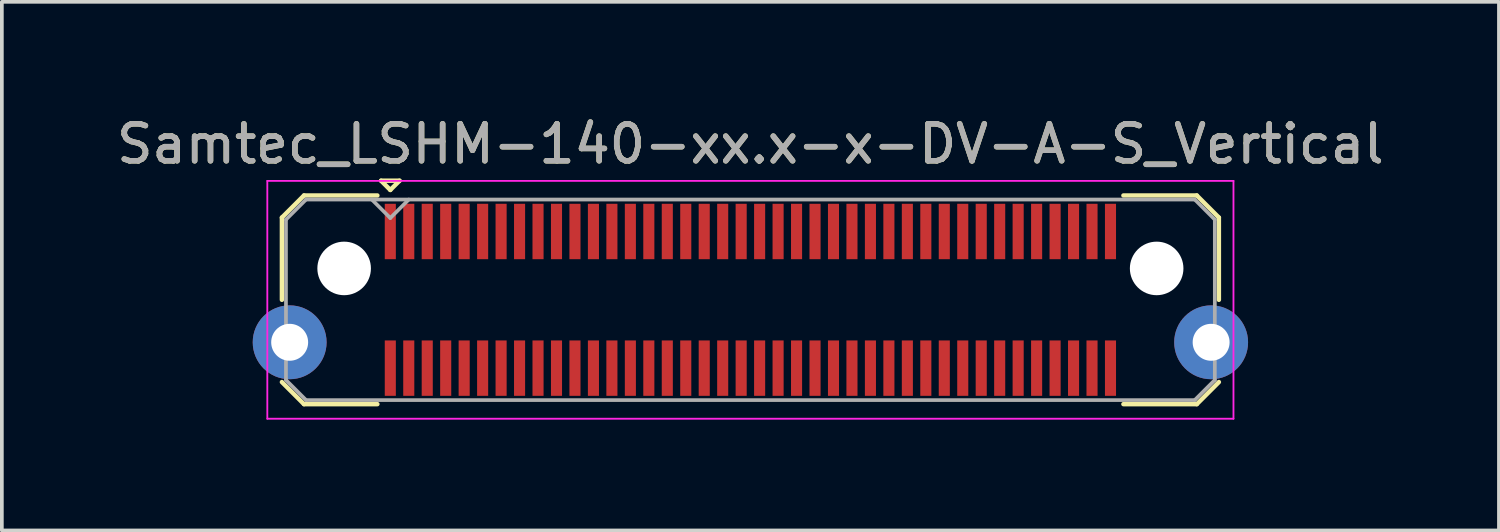
<source format=kicad_pcb>
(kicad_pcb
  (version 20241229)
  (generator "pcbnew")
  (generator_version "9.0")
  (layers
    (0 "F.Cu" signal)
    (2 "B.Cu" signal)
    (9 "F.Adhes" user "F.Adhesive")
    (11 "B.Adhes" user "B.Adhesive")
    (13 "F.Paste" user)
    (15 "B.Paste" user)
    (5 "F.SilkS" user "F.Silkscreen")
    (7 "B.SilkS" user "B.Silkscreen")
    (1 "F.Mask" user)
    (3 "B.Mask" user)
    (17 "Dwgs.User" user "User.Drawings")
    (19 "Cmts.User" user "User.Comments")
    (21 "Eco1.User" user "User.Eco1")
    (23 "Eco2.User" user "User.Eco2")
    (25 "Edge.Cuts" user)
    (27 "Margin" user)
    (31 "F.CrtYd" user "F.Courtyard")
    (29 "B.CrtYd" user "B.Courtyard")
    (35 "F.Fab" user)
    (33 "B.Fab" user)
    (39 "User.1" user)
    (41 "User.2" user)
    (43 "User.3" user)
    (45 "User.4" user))
  (footprint "Samtec_LSHM-140-xx.x-x-DV-A-S_Vertical"
    (layer "F.Cu")
    (at 17.268 5.068)
    (property "Reference" "Samtec_LSHM-140-xx.x-x-DV-A-S_Vertical" (at 0 -4.22 0) (layer "F.SilkS") (effects (font (size 1 1) (thickness 0.15))))
    (attr smd)
    (fp_line (start -12.685 -2.227) (end -12.685 0) (stroke (width 0.12) (type solid)) (layer "F.SilkS"))
    (fp_line (start -12.685 2.227) (end -12.087 2.825) (stroke (width 0.12) (type solid)) (layer "F.SilkS"))
    (fp_line (start -12.087 -2.825) (end -12.685 -2.227) (stroke (width 0.12) (type solid)) (layer "F.SilkS"))
    (fp_line (start -12.087 2.825) (end -10.1 2.825) (stroke (width 0.12) (type solid)) (layer "F.SilkS"))
    (fp_line (start -10.1 -2.825) (end -12.087 -2.825) (stroke (width 0.12) (type solid)) (layer "F.SilkS"))
    (fp_line (start -10 -3.225) (end -9.5 -3.225) (stroke (width 0.12) (type solid)) (layer "F.SilkS"))
    (fp_line (start -9.75 -2.975) (end -10 -3.225) (stroke (width 0.12) (type solid)) (layer "F.SilkS"))
    (fp_line (start -9.5 -3.225) (end -9.75 -2.975) (stroke (width 0.12) (type solid)) (layer "F.SilkS"))
    (fp_line (start 10.1 -2.825) (end 12.087 -2.825) (stroke (width 0.12) (type solid)) (layer "F.SilkS"))
    (fp_line (start 12.087 -2.825) (end 12.685 -2.227) (stroke (width 0.12) (type solid)) (layer "F.SilkS"))
    (fp_line (start 12.087 2.825) (end 10.1 2.825) (stroke (width 0.12) (type solid)) (layer "F.SilkS"))
    (fp_line (start 12.685 -2.227) (end 12.685 0) (stroke (width 0.12) (type solid)) (layer "F.SilkS"))
    (fp_line (start 12.685 2.227) (end 12.087 2.825) (stroke (width 0.12) (type solid)) (layer "F.SilkS"))
    (fp_line (start -13.08 -3.22) (end -13.08 3.22) (stroke (width 0.05) (type solid)) (layer "F.CrtYd"))
    (fp_line (start -13.08 3.22) (end 13.08 3.22) (stroke (width 0.05) (type solid)) (layer "F.CrtYd"))
    (fp_line (start 13.08 -3.22) (end -13.08 -3.22) (stroke (width 0.05) (type solid)) (layer "F.CrtYd"))
    (fp_line (start 13.08 3.22) (end 13.08 -3.22) (stroke (width 0.05) (type solid)) (layer "F.CrtYd"))
    (fp_line (start -12.575 -2.172) (end -12.575 2.172) (stroke (width 0.1) (type solid)) (layer "F.Fab"))
    (fp_line (start -12.575 2.172) (end -12.032 2.715) (stroke (width 0.1) (type solid)) (layer "F.Fab"))
    (fp_line (start -12.032 -2.715) (end -12.575 -2.172) (stroke (width 0.1) (type solid)) (layer "F.Fab"))
    (fp_line (start -12.032 2.715) (end 12.032 2.715) (stroke (width 0.1) (type solid)) (layer "F.Fab"))
    (fp_line (start -9.75 -2.215) (end -10.25 -2.715) (stroke (width 0.1) (type solid)) (layer "F.Fab"))
    (fp_line (start -9.25 -2.715) (end -9.75 -2.215) (stroke (width 0.1) (type solid)) (layer "F.Fab"))
    (fp_line (start 12.032 -2.715) (end -12.032 -2.715) (stroke (width 0.1) (type solid)) (layer "F.Fab"))
    (fp_line (start 12.032 2.715) (end 12.575 2.172) (stroke (width 0.1) (type solid)) (layer "F.Fab"))
    (fp_line (start 12.575 -2.172) (end 12.032 -2.715) (stroke (width 0.1) (type solid)) (layer "F.Fab"))
    (fp_line (start 12.575 2.172) (end 12.575 -2.172) (stroke (width 0.1) (type solid)) (layer "F.Fab"))
    (fp_text user "${REFERENCE}" (at 0 -4.22 0) (layer "F.Fab") (effects (font (size 1 1) (thickness 0.15))))
    (pad "" np_thru_hole circle (at -11 -0.85) (size 1.45 1.45) (drill 1.45) (layers "*.Cu" "*.Mask"))
    (pad "" np_thru_hole circle (at 11 -0.85) (size 1.45 1.45) (drill 1.45) (layers "*.Cu" "*.Mask"))
    (pad "1" smd rect (at -9.75 -1.85) (size 0.3 1.5) (layers "F.Cu" "F.Mask" "F.Paste"))
    (pad "2" smd rect (at -9.75 1.85) (size 0.3 1.5) (layers "F.Cu" "F.Mask" "F.Paste"))
    (pad "3" smd rect (at -9.25 -1.85) (size 0.3 1.5) (layers "F.Cu" "F.Mask" "F.Paste"))
    (pad "4" smd rect (at -9.25 1.85) (size 0.3 1.5) (layers "F.Cu" "F.Mask" "F.Paste"))
    (pad "5" smd rect (at -8.75 -1.85) (size 0.3 1.5) (layers "F.Cu" "F.Mask" "F.Paste"))
    (pad "6" smd rect (at -8.75 1.85) (size 0.3 1.5) (layers "F.Cu" "F.Mask" "F.Paste"))
    (pad "7" smd rect (at -8.25 -1.85) (size 0.3 1.5) (layers "F.Cu" "F.Mask" "F.Paste"))
    (pad "8" smd rect (at -8.25 1.85) (size 0.3 1.5) (layers "F.Cu" "F.Mask" "F.Paste"))
    (pad "9" smd rect (at -7.75 -1.85) (size 0.3 1.5) (layers "F.Cu" "F.Mask" "F.Paste"))
    (pad "10" smd rect (at -7.75 1.85) (size 0.3 1.5) (layers "F.Cu" "F.Mask" "F.Paste"))
    (pad "11" smd rect (at -7.25 -1.85) (size 0.3 1.5) (layers "F.Cu" "F.Mask" "F.Paste"))
    (pad "12" smd rect (at -7.25 1.85) (size 0.3 1.5) (layers "F.Cu" "F.Mask" "F.Paste"))
    (pad "13" smd rect (at -6.75 -1.85) (size 0.3 1.5) (layers "F.Cu" "F.Mask" "F.Paste"))
    (pad "14" smd rect (at -6.75 1.85) (size 0.3 1.5) (layers "F.Cu" "F.Mask" "F.Paste"))
    (pad "15" smd rect (at -6.25 -1.85) (size 0.3 1.5) (layers "F.Cu" "F.Mask" "F.Paste"))
    (pad "16" smd rect (at -6.25 1.85) (size 0.3 1.5) (layers "F.Cu" "F.Mask" "F.Paste"))
    (pad "17" smd rect (at -5.75 -1.85) (size 0.3 1.5) (layers "F.Cu" "F.Mask" "F.Paste"))
    (pad "18" smd rect (at -5.75 1.85) (size 0.3 1.5) (layers "F.Cu" "F.Mask" "F.Paste"))
    (pad "19" smd rect (at -5.25 -1.85) (size 0.3 1.5) (layers "F.Cu" "F.Mask" "F.Paste"))
    (pad "20" smd rect (at -5.25 1.85) (size 0.3 1.5) (layers "F.Cu" "F.Mask" "F.Paste"))
    (pad "21" smd rect (at -4.75 -1.85) (size 0.3 1.5) (layers "F.Cu" "F.Mask" "F.Paste"))
    (pad "22" smd rect (at -4.75 1.85) (size 0.3 1.5) (layers "F.Cu" "F.Mask" "F.Paste"))
    (pad "23" smd rect (at -4.25 -1.85) (size 0.3 1.5) (layers "F.Cu" "F.Mask" "F.Paste"))
    (pad "24" smd rect (at -4.25 1.85) (size 0.3 1.5) (layers "F.Cu" "F.Mask" "F.Paste"))
    (pad "25" smd rect (at -3.75 -1.85) (size 0.3 1.5) (layers "F.Cu" "F.Mask" "F.Paste"))
    (pad "26" smd rect (at -3.75 1.85) (size 0.3 1.5) (layers "F.Cu" "F.Mask" "F.Paste"))
    (pad "27" smd rect (at -3.25 -1.85) (size 0.3 1.5) (layers "F.Cu" "F.Mask" "F.Paste"))
    (pad "28" smd rect (at -3.25 1.85) (size 0.3 1.5) (layers "F.Cu" "F.Mask" "F.Paste"))
    (pad "29" smd rect (at -2.75 -1.85) (size 0.3 1.5) (layers "F.Cu" "F.Mask" "F.Paste"))
    (pad "30" smd rect (at -2.75 1.85) (size 0.3 1.5) (layers "F.Cu" "F.Mask" "F.Paste"))
    (pad "31" smd rect (at -2.25 -1.85) (size 0.3 1.5) (layers "F.Cu" "F.Mask" "F.Paste"))
    (pad "32" smd rect (at -2.25 1.85) (size 0.3 1.5) (layers "F.Cu" "F.Mask" "F.Paste"))
    (pad "33" smd rect (at -1.75 -1.85) (size 0.3 1.5) (layers "F.Cu" "F.Mask" "F.Paste"))
    (pad "34" smd rect (at -1.75 1.85) (size 0.3 1.5) (layers "F.Cu" "F.Mask" "F.Paste"))
    (pad "35" smd rect (at -1.25 -1.85) (size 0.3 1.5) (layers "F.Cu" "F.Mask" "F.Paste"))
    (pad "36" smd rect (at -1.25 1.85) (size 0.3 1.5) (layers "F.Cu" "F.Mask" "F.Paste"))
    (pad "37" smd rect (at -0.75 -1.85) (size 0.3 1.5) (layers "F.Cu" "F.Mask" "F.Paste"))
    (pad "38" smd rect (at -0.75 1.85) (size 0.3 1.5) (layers "F.Cu" "F.Mask" "F.Paste"))
    (pad "39" smd rect (at -0.25 -1.85) (size 0.3 1.5) (layers "F.Cu" "F.Mask" "F.Paste"))
    (pad "40" smd rect (at -0.25 1.85) (size 0.3 1.5) (layers "F.Cu" "F.Mask" "F.Paste"))
    (pad "41" smd rect (at 0.25 -1.85) (size 0.3 1.5) (layers "F.Cu" "F.Mask" "F.Paste"))
    (pad "42" smd rect (at 0.25 1.85) (size 0.3 1.5) (layers "F.Cu" "F.Mask" "F.Paste"))
    (pad "43" smd rect (at 0.75 -1.85) (size 0.3 1.5) (layers "F.Cu" "F.Mask" "F.Paste"))
    (pad "44" smd rect (at 0.75 1.85) (size 0.3 1.5) (layers "F.Cu" "F.Mask" "F.Paste"))
    (pad "45" smd rect (at 1.25 -1.85) (size 0.3 1.5) (layers "F.Cu" "F.Mask" "F.Paste"))
    (pad "46" smd rect (at 1.25 1.85) (size 0.3 1.5) (layers "F.Cu" "F.Mask" "F.Paste"))
    (pad "47" smd rect (at 1.75 -1.85) (size 0.3 1.5) (layers "F.Cu" "F.Mask" "F.Paste"))
    (pad "48" smd rect (at 1.75 1.85) (size 0.3 1.5) (layers "F.Cu" "F.Mask" "F.Paste"))
    (pad "49" smd rect (at 2.25 -1.85) (size 0.3 1.5) (layers "F.Cu" "F.Mask" "F.Paste"))
    (pad "50" smd rect (at 2.25 1.85) (size 0.3 1.5) (layers "F.Cu" "F.Mask" "F.Paste"))
    (pad "51" smd rect (at 2.75 -1.85) (size 0.3 1.5) (layers "F.Cu" "F.Mask" "F.Paste"))
    (pad "52" smd rect (at 2.75 1.85) (size 0.3 1.5) (layers "F.Cu" "F.Mask" "F.Paste"))
    (pad "53" smd rect (at 3.25 -1.85) (size 0.3 1.5) (layers "F.Cu" "F.Mask" "F.Paste"))
    (pad "54" smd rect (at 3.25 1.85) (size 0.3 1.5) (layers "F.Cu" "F.Mask" "F.Paste"))
    (pad "55" smd rect (at 3.75 -1.85) (size 0.3 1.5) (layers "F.Cu" "F.Mask" "F.Paste"))
    (pad "56" smd rect (at 3.75 1.85) (size 0.3 1.5) (layers "F.Cu" "F.Mask" "F.Paste"))
    (pad "57" smd rect (at 4.25 -1.85) (size 0.3 1.5) (layers "F.Cu" "F.Mask" "F.Paste"))
    (pad "58" smd rect (at 4.25 1.85) (size 0.3 1.5) (layers "F.Cu" "F.Mask" "F.Paste"))
    (pad "59" smd rect (at 4.75 -1.85) (size 0.3 1.5) (layers "F.Cu" "F.Mask" "F.Paste"))
    (pad "60" smd rect (at 4.75 1.85) (size 0.3 1.5) (layers "F.Cu" "F.Mask" "F.Paste"))
    (pad "61" smd rect (at 5.25 -1.85) (size 0.3 1.5) (layers "F.Cu" "F.Mask" "F.Paste"))
    (pad "62" smd rect (at 5.25 1.85) (size 0.3 1.5) (layers "F.Cu" "F.Mask" "F.Paste"))
    (pad "63" smd rect (at 5.75 -1.85) (size 0.3 1.5) (layers "F.Cu" "F.Mask" "F.Paste"))
    (pad "64" smd rect (at 5.75 1.85) (size 0.3 1.5) (layers "F.Cu" "F.Mask" "F.Paste"))
    (pad "65" smd rect (at 6.25 -1.85) (size 0.3 1.5) (layers "F.Cu" "F.Mask" "F.Paste"))
    (pad "66" smd rect (at 6.25 1.85) (size 0.3 1.5) (layers "F.Cu" "F.Mask" "F.Paste"))
    (pad "67" smd rect (at 6.75 -1.85) (size 0.3 1.5) (layers "F.Cu" "F.Mask" "F.Paste"))
    (pad "68" smd rect (at 6.75 1.85) (size 0.3 1.5) (layers "F.Cu" "F.Mask" "F.Paste"))
    (pad "69" smd rect (at 7.25 -1.85) (size 0.3 1.5) (layers "F.Cu" "F.Mask" "F.Paste"))
    (pad "70" smd rect (at 7.25 1.85) (size 0.3 1.5) (layers "F.Cu" "F.Mask" "F.Paste"))
    (pad "71" smd rect (at 7.75 -1.85) (size 0.3 1.5) (layers "F.Cu" "F.Mask" "F.Paste"))
    (pad "72" smd rect (at 7.75 1.85) (size 0.3 1.5) (layers "F.Cu" "F.Mask" "F.Paste"))
    (pad "73" smd rect (at 8.25 -1.85) (size 0.3 1.5) (layers "F.Cu" "F.Mask" "F.Paste"))
    (pad "74" smd rect (at 8.25 1.85) (size 0.3 1.5) (layers "F.Cu" "F.Mask" "F.Paste"))
    (pad "75" smd rect (at 8.75 -1.85) (size 0.3 1.5) (layers "F.Cu" "F.Mask" "F.Paste"))
    (pad "76" smd rect (at 8.75 1.85) (size 0.3 1.5) (layers "F.Cu" "F.Mask" "F.Paste"))
    (pad "77" smd rect (at 9.25 -1.85) (size 0.3 1.5) (layers "F.Cu" "F.Mask" "F.Paste"))
    (pad "78" smd rect (at 9.25 1.85) (size 0.3 1.5) (layers "F.Cu" "F.Mask" "F.Paste"))
    (pad "79" smd rect (at 9.75 -1.85) (size 0.3 1.5) (layers "F.Cu" "F.Mask" "F.Paste"))
    (pad "80" smd rect (at 9.75 1.85) (size 0.3 1.5) (layers "F.Cu" "F.Mask" "F.Paste"))
    (pad "SH" thru_hole circle (at -12.475 1.15) (size 2 2) (drill 1) (layers "*.Cu" "*.Mask"))
    (pad "SH" thru_hole circle (at 12.475 1.15) (size 2 2) (drill 1) (layers "*.Cu" "*.Mask")))
  (gr_rect
    (start -3 -3)
    (end 37.536 11.313)
    (stroke (width 0.1) (type default))
    (fill no)
    (layer "Edge.Cuts")))
</source>
